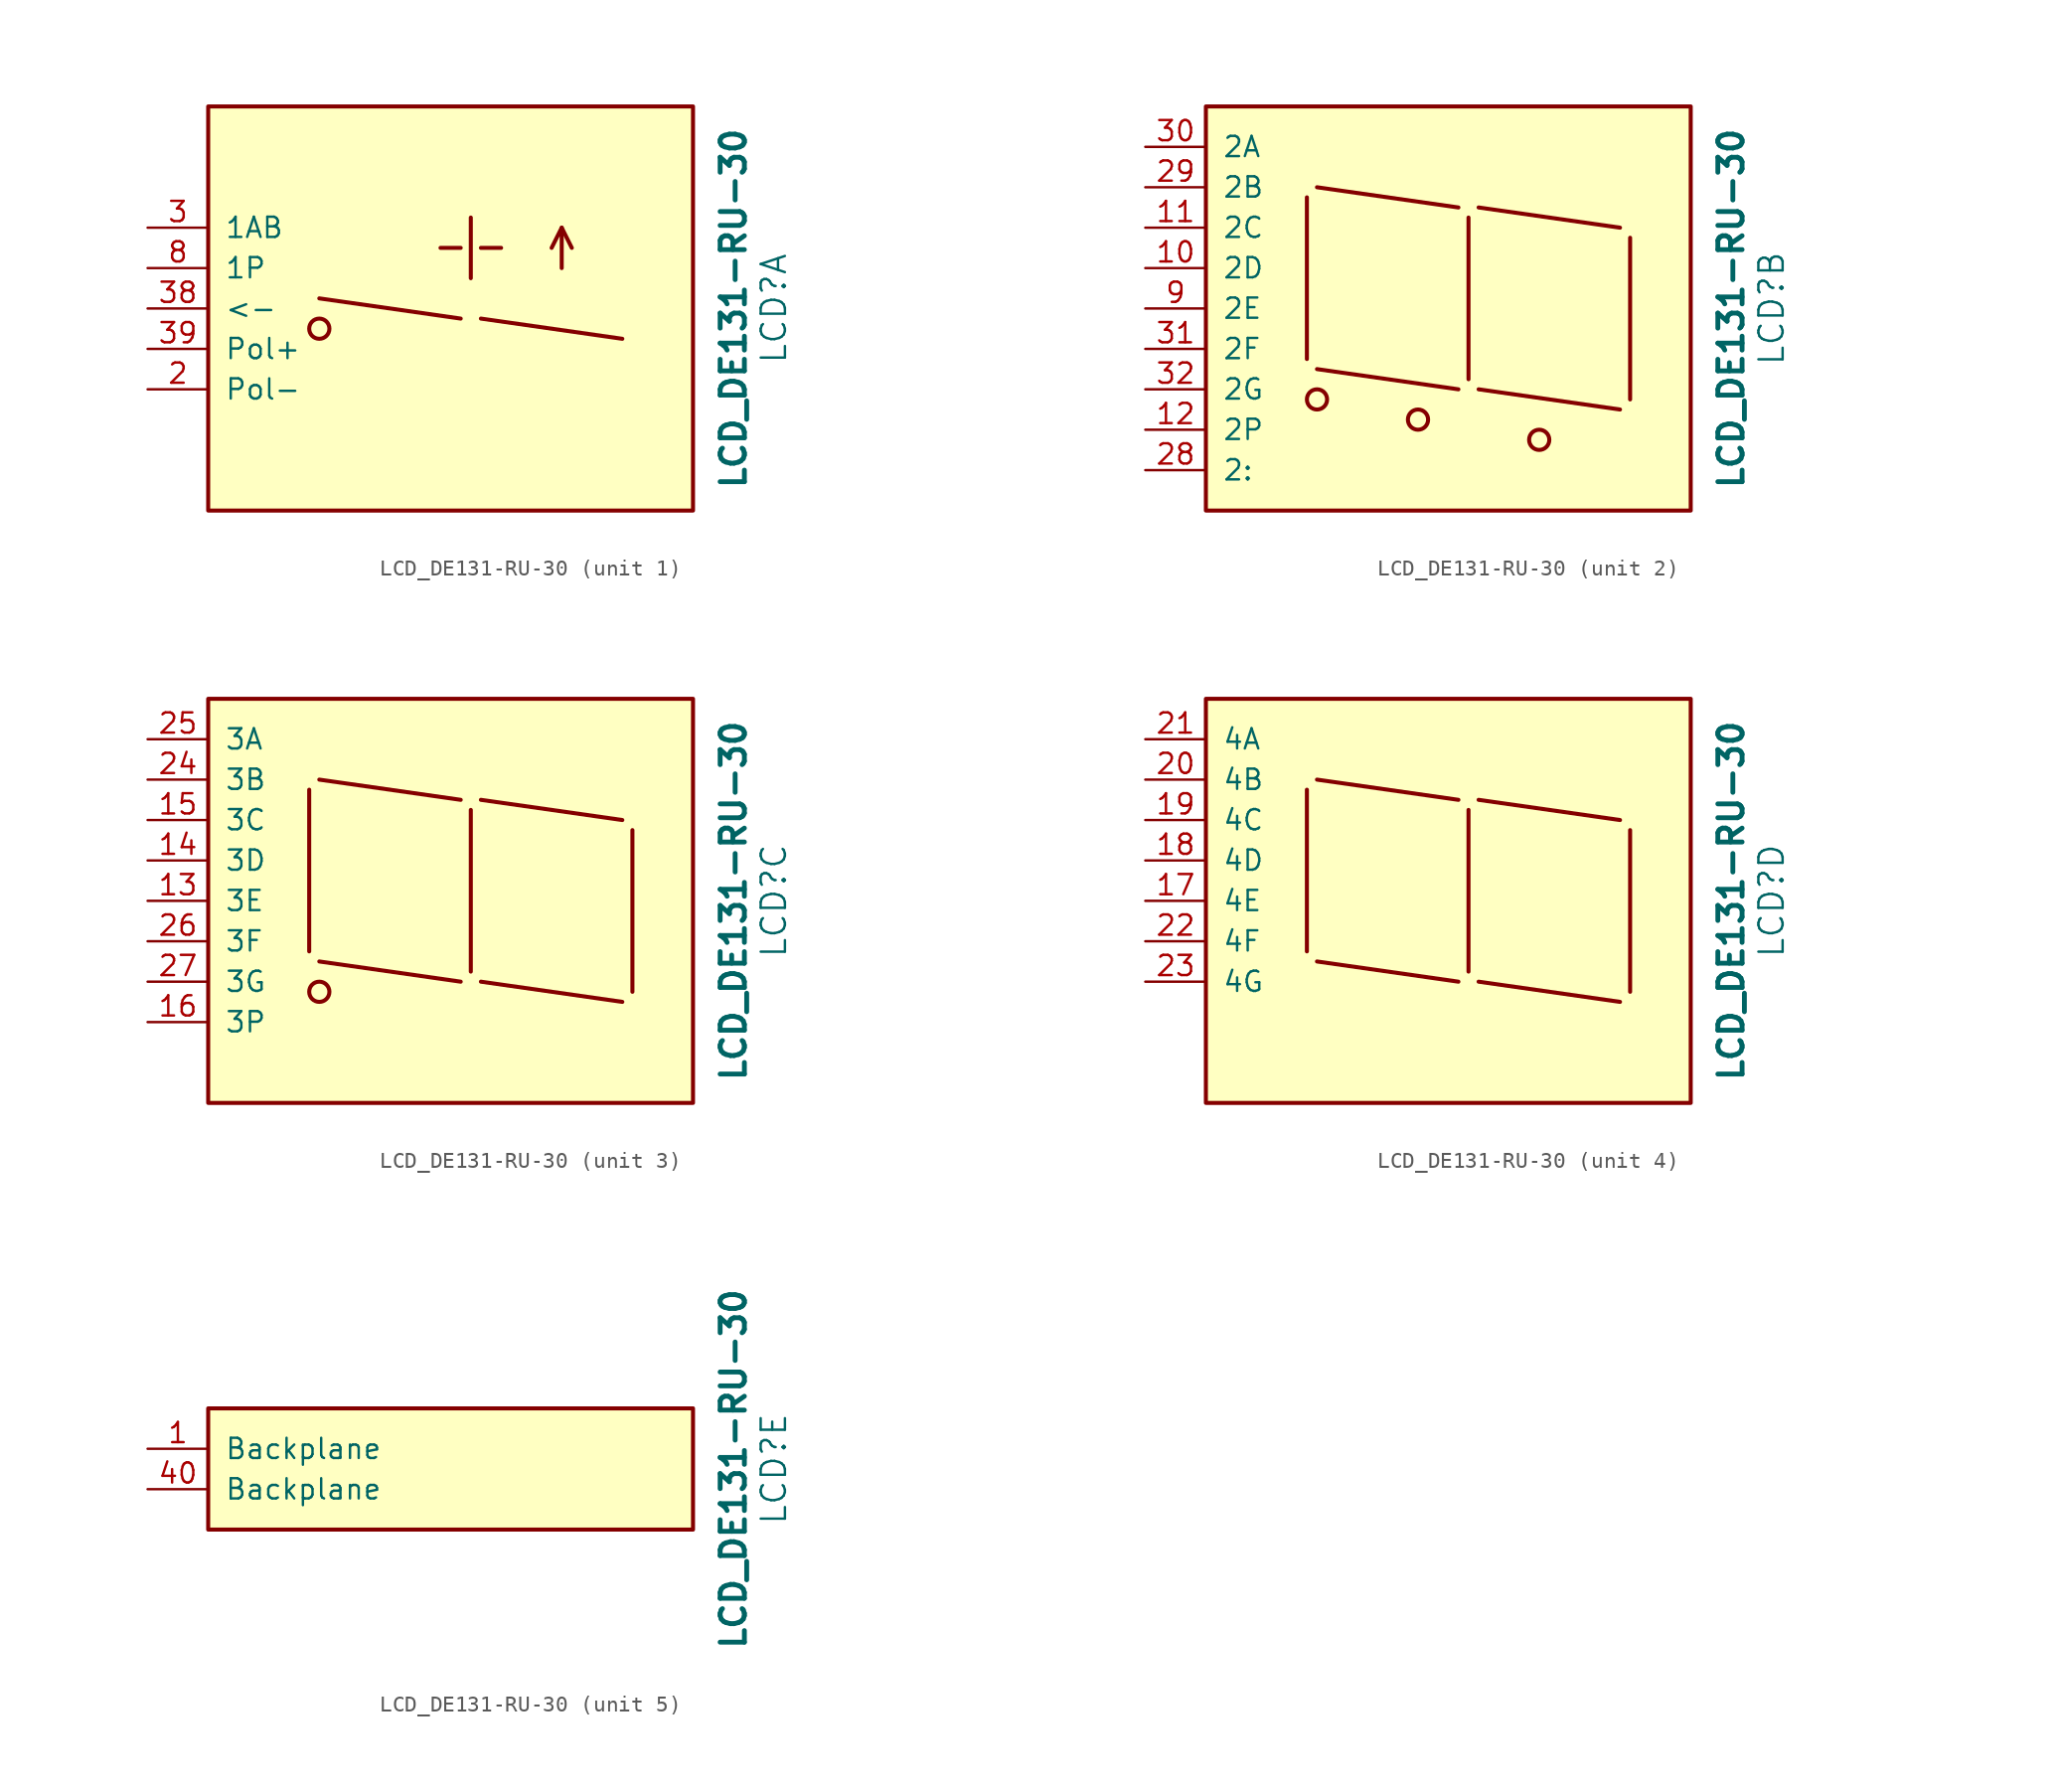
<source format=kicad_sym>
(kicad_symbol_lib
  (version 20231120)
  (generator "kicad_symbol_editor")
  (generator_version "8.0")
  (symbol "LCD_DE131-RU-30"
    (pin_names
      (offset 1.016))
    (property "Reference" "LCD"
      (at 20.32 0 90)
      (effects (font (size 1.524 1.524))))
    (property "Value" "LCD_DE131-RU-30"
      (at 17.78 0 90)
      (effects (font (size 1.524 1.524) (bold yes))))
    (property "Datasheet" ""
      (at 29.21 -10.16 0)
      (effects (font (size 1.524 1.524))))
    (property "ki_locked" ""
      (at 0 0 0)
      (effects (font (size 1.27 1.27))))
    (symbol "LCD_DE131-RU-30_1_0"
      (rectangle (start -15.24 12.7) (end 15.24 -12.7) (stroke (width 0.254) (type default)) (fill (type background)))
      (circle (center -8.255 -1.27) (radius 0.635) (stroke (width 0.254) (type default)) (fill (type none)))
      (polyline (pts (xy -8.255 0.635) (xy 0.635 -0.635)) (stroke (width 0.254) (type default)) (fill (type none)))
      (polyline (pts (xy 1.905 -0.635) (xy 10.795 -1.905)) (stroke (width 0.254) (type default)) (fill (type none)))
      (polyline (pts (xy 6.985 5.08) (xy 7.62 3.81)) (stroke (width 0.254) (type default)) (fill (type none)))
      (polyline (pts (xy 0.635 3.81) (xy -0.635 3.81) (xy -0.635 3.81)) (stroke (width 0.254) (type default)) (fill (type none)))
      (polyline (pts (xy 1.27 5.715) (xy 1.27 1.905) (xy 1.27 1.905)) (stroke (width 0.254) (type default)) (fill (type none)))
      (polyline (pts (xy 1.905 3.81) (xy 3.175 3.81) (xy 3.175 3.81)) (stroke (width 0.254) (type default)) (fill (type none)))
      (polyline (pts (xy 6.985 2.54) (xy 6.985 5.08) (xy 6.35 3.81)) (stroke (width 0.254) (type default)) (fill (type none))))
    (symbol "LCD_DE131-RU-30_1_1"
      (pin passive line (at -19.05 -5.08 0) (length 3.81) (name "Pol-" (effects (font (size 1.27 1.27)))) (number "2" (effects (font (size 1.27 1.27)))))
      (pin passive line (at -19.05 5.08 0) (length 3.81) (name "1AB" (effects (font (size 1.27 1.27)))) (number "3" (effects (font (size 1.27 1.27)))))
      (pin passive line (at -19.05 0 0) (length 3.81) (name "<-" (effects (font (size 1.27 1.27)))) (number "38" (effects (font (size 1.27 1.27)))))
      (pin passive line (at -19.05 -2.54 0) (length 3.81) (name "Pol+" (effects (font (size 1.27 1.27)))) (number "39" (effects (font (size 1.27 1.27)))))
      (pin passive line (at -19.05 2.54 0) (length 3.81) (name "1P" (effects (font (size 1.27 1.27)))) (number "8" (effects (font (size 1.27 1.27))))))
    (symbol "LCD_DE131-RU-30_2_0"
      (rectangle (start -15.24 12.7) (end 15.24 -12.7) (stroke (width 0.254) (type default)) (fill (type background)))
      (circle (center -8.255 -5.715) (radius 0.635) (stroke (width 0.254) (type default)) (fill (type none)))
      (circle (center -1.905 -6.985) (radius 0.635) (stroke (width 0.254) (type default)) (fill (type none)))
      (polyline (pts (xy -8.89 6.985) (xy -8.89 -3.175)) (stroke (width 0.254) (type default)) (fill (type none)))
      (polyline (pts (xy -8.255 -3.81) (xy 0.635 -5.08)) (stroke (width 0.254) (type default)) (fill (type none)))
      (polyline (pts (xy -8.255 7.62) (xy 0.635 6.35)) (stroke (width 0.254) (type default)) (fill (type none)))
      (polyline (pts (xy 1.27 5.715) (xy 1.27 -4.445)) (stroke (width 0.254) (type default)) (fill (type none)))
      (polyline (pts (xy 1.905 -5.08) (xy 10.795 -6.35)) (stroke (width 0.254) (type default)) (fill (type none)))
      (polyline (pts (xy 1.905 6.35) (xy 10.795 5.08)) (stroke (width 0.254) (type default)) (fill (type none)))
      (polyline (pts (xy 11.43 4.445) (xy 11.43 -5.715)) (stroke (width 0.254) (type default)) (fill (type none)))
      (circle (center 5.715 -8.255) (radius 0.635) (stroke (width 0.254) (type default)) (fill (type none))))
    (symbol "LCD_DE131-RU-30_2_1"
      (pin passive line (at -19.05 2.54 0) (length 3.81) (name "2D" (effects (font (size 1.27 1.27)))) (number "10" (effects (font (size 1.27 1.27)))))
      (pin passive line (at -19.05 5.08 0) (length 3.81) (name "2C" (effects (font (size 1.27 1.27)))) (number "11" (effects (font (size 1.27 1.27)))))
      (pin passive line (at -19.05 -7.62 0) (length 3.81) (name "2P" (effects (font (size 1.27 1.27)))) (number "12" (effects (font (size 1.27 1.27)))))
      (pin passive line (at -19.05 -10.16 0) (length 3.81) (name "2:" (effects (font (size 1.27 1.27)))) (number "28" (effects (font (size 1.27 1.27)))))
      (pin passive line (at -19.05 7.62 0) (length 3.81) (name "2B" (effects (font (size 1.27 1.27)))) (number "29" (effects (font (size 1.27 1.27)))))
      (pin passive line (at -19.05 10.16 0) (length 3.81) (name "2A" (effects (font (size 1.27 1.27)))) (number "30" (effects (font (size 1.27 1.27)))))
      (pin passive line (at -19.05 -2.54 0) (length 3.81) (name "2F" (effects (font (size 1.27 1.27)))) (number "31" (effects (font (size 1.27 1.27)))))
      (pin passive line (at -19.05 -5.08 0) (length 3.81) (name "2G" (effects (font (size 1.27 1.27)))) (number "32" (effects (font (size 1.27 1.27)))))
      (pin passive line (at -19.05 0 0) (length 3.81) (name "2E" (effects (font (size 1.27 1.27)))) (number "9" (effects (font (size 1.27 1.27))))))
    (symbol "LCD_DE131-RU-30_3_0"
      (rectangle (start -15.24 12.7) (end 15.24 -12.7) (stroke (width 0.254) (type default)) (fill (type background)))
      (circle (center -8.255 -5.715) (radius 0.635) (stroke (width 0.254) (type default)) (fill (type none)))
      (polyline (pts (xy -8.89 6.985) (xy -8.89 -3.175)) (stroke (width 0.254) (type default)) (fill (type none)))
      (polyline (pts (xy -8.255 -3.81) (xy 0.635 -5.08)) (stroke (width 0.254) (type default)) (fill (type none)))
      (polyline (pts (xy -8.255 7.62) (xy 0.635 6.35)) (stroke (width 0.254) (type default)) (fill (type none)))
      (polyline (pts (xy 1.27 5.715) (xy 1.27 -4.445)) (stroke (width 0.254) (type default)) (fill (type none)))
      (polyline (pts (xy 1.905 -5.08) (xy 10.795 -6.35)) (stroke (width 0.254) (type default)) (fill (type none)))
      (polyline (pts (xy 1.905 6.35) (xy 10.795 5.08)) (stroke (width 0.254) (type default)) (fill (type none)))
      (polyline (pts (xy 11.43 4.445) (xy 11.43 -5.715)) (stroke (width 0.254) (type default)) (fill (type none))))
    (symbol "LCD_DE131-RU-30_3_1"
      (pin passive line (at -19.05 0 0) (length 3.81) (name "3E" (effects (font (size 1.27 1.27)))) (number "13" (effects (font (size 1.27 1.27)))))
      (pin passive line (at -19.05 2.54 0) (length 3.81) (name "3D" (effects (font (size 1.27 1.27)))) (number "14" (effects (font (size 1.27 1.27)))))
      (pin passive line (at -19.05 5.08 0) (length 3.81) (name "3C" (effects (font (size 1.27 1.27)))) (number "15" (effects (font (size 1.27 1.27)))))
      (pin passive line (at -19.05 -7.62 0) (length 3.81) (name "3P" (effects (font (size 1.27 1.27)))) (number "16" (effects (font (size 1.27 1.27)))))
      (pin passive line (at -19.05 7.62 0) (length 3.81) (name "3B" (effects (font (size 1.27 1.27)))) (number "24" (effects (font (size 1.27 1.27)))))
      (pin passive line (at -19.05 10.16 0) (length 3.81) (name "3A" (effects (font (size 1.27 1.27)))) (number "25" (effects (font (size 1.27 1.27)))))
      (pin passive line (at -19.05 -2.54 0) (length 3.81) (name "3F" (effects (font (size 1.27 1.27)))) (number "26" (effects (font (size 1.27 1.27)))))
      (pin passive line (at -19.05 -5.08 0) (length 3.81) (name "3G" (effects (font (size 1.27 1.27)))) (number "27" (effects (font (size 1.27 1.27))))))
    (symbol "LCD_DE131-RU-30_4_0"
      (rectangle (start -15.24 12.7) (end 15.24 -12.7) (stroke (width 0.254) (type default)) (fill (type background)))
      (polyline (pts (xy -8.89 6.985) (xy -8.89 -3.175)) (stroke (width 0.254) (type default)) (fill (type none)))
      (polyline (pts (xy -8.255 -3.81) (xy 0.635 -5.08)) (stroke (width 0.254) (type default)) (fill (type none)))
      (polyline (pts (xy -8.255 7.62) (xy 0.635 6.35)) (stroke (width 0.254) (type default)) (fill (type none)))
      (polyline (pts (xy 1.27 5.715) (xy 1.27 -4.445)) (stroke (width 0.254) (type default)) (fill (type none)))
      (polyline (pts (xy 1.905 -5.08) (xy 10.795 -6.35)) (stroke (width 0.254) (type default)) (fill (type none)))
      (polyline (pts (xy 1.905 6.35) (xy 10.795 5.08)) (stroke (width 0.254) (type default)) (fill (type none)))
      (polyline (pts (xy 11.43 4.445) (xy 11.43 -5.715)) (stroke (width 0.254) (type default)) (fill (type none))))
    (symbol "LCD_DE131-RU-30_4_1"
      (pin passive line (at -19.05 0 0) (length 3.81) (name "4E" (effects (font (size 1.27 1.27)))) (number "17" (effects (font (size 1.27 1.27)))))
      (pin passive line (at -19.05 2.54 0) (length 3.81) (name "4D" (effects (font (size 1.27 1.27)))) (number "18" (effects (font (size 1.27 1.27)))))
      (pin passive line (at -19.05 5.08 0) (length 3.81) (name "4C" (effects (font (size 1.27 1.27)))) (number "19" (effects (font (size 1.27 1.27)))))
      (pin passive line (at -19.05 7.62 0) (length 3.81) (name "4B" (effects (font (size 1.27 1.27)))) (number "20" (effects (font (size 1.27 1.27)))))
      (pin passive line (at -19.05 10.16 0) (length 3.81) (name "4A" (effects (font (size 1.27 1.27)))) (number "21" (effects (font (size 1.27 1.27)))))
      (pin passive line (at -19.05 -2.54 0) (length 3.81) (name "4F" (effects (font (size 1.27 1.27)))) (number "22" (effects (font (size 1.27 1.27)))))
      (pin passive line (at -19.05 -5.08 0) (length 3.81) (name "4G" (effects (font (size 1.27 1.27)))) (number "23" (effects (font (size 1.27 1.27))))))
    (symbol "LCD_DE131-RU-30_5_0"
      (rectangle (start -15.24 3.81) (end 15.24 -3.81) (stroke (width 0.254) (type default)) (fill (type background))))
    (symbol "LCD_DE131-RU-30_5_1"
      (pin passive line (at -19.05 1.27 0) (length 3.81) (name "Backplane" (effects (font (size 1.27 1.27)))) (number "1" (effects (font (size 1.27 1.27)))))
      (pin passive line (at -19.05 -1.27 0) (length 3.81) (name "Backplane" (effects (font (size 1.27 1.27)))) (number "40" (effects (font (size 1.27 1.27))))))))
</source>
